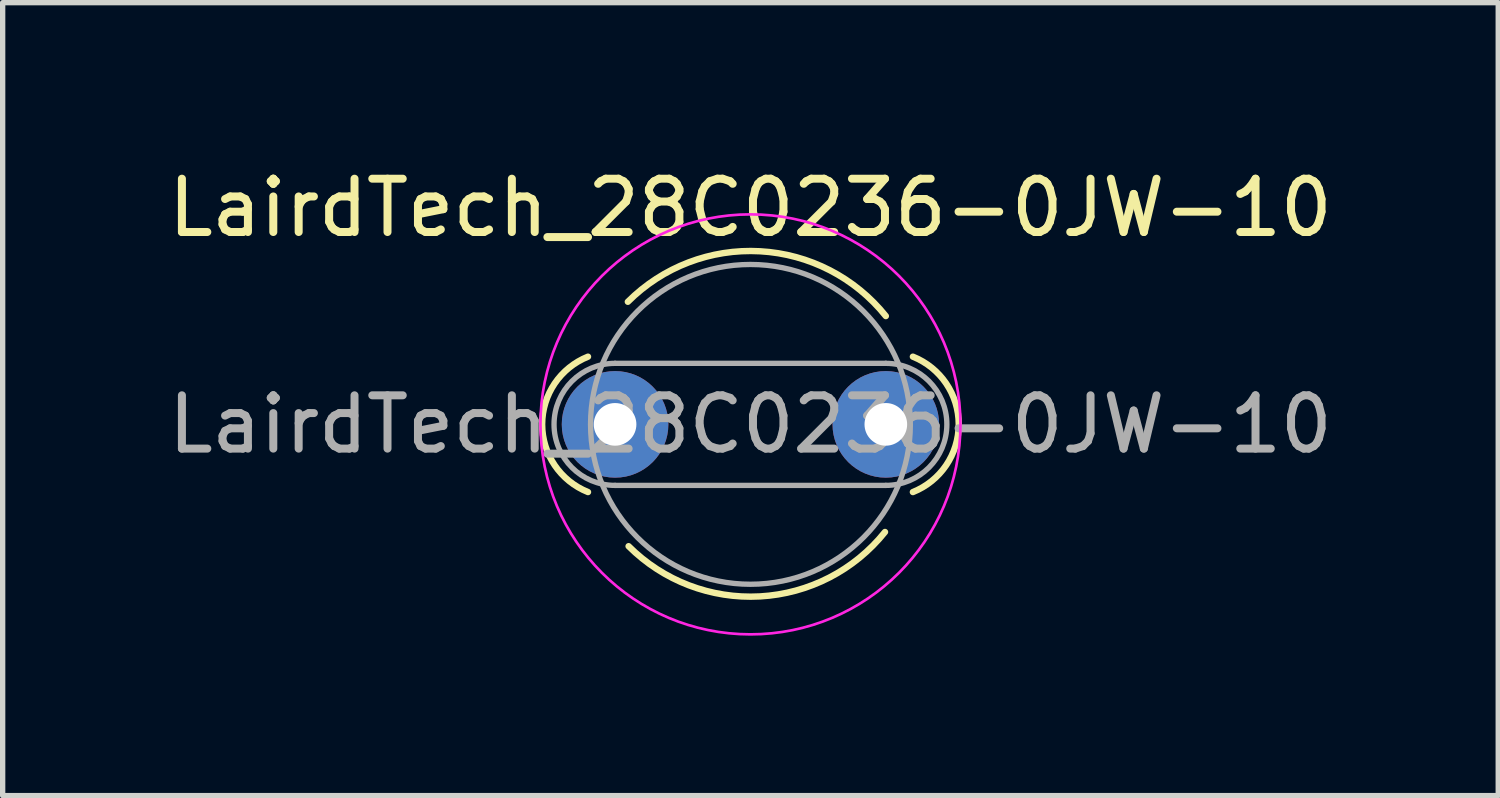
<source format=kicad_pcb>
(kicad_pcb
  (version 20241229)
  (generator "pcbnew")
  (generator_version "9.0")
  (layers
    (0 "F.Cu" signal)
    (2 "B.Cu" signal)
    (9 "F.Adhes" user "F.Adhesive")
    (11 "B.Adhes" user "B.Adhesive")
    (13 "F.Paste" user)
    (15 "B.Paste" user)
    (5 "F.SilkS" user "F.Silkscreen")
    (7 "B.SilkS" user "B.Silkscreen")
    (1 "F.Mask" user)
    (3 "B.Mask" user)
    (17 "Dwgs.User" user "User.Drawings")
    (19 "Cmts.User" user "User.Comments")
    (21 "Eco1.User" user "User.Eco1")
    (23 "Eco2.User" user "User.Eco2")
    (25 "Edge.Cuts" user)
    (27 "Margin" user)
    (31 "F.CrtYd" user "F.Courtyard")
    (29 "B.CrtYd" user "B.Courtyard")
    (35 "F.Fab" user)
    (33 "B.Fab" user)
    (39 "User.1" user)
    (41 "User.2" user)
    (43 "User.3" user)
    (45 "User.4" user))
  (footprint "LairdTech_28C0236-0JW-10"
    (layer "F.Cu")
    (at 8.49 4.912)
    (property "Reference" "LairdTech_28C0236-0JW-10" (at 2.54 -4.064 0) (layer "F.SilkS") (effects (font (size 1 1) (thickness 0.15))))
    (attr through_hole)
    (fp_arc (start -0.508 1.27) (mid -1.367832 0) (end -0.508 -1.27) (stroke (width 0.12) (type solid)) (layer "F.SilkS"))
    (fp_arc (start 0.239932 -2.300068) (mid 2.71988 -3.24781) (end 5.08 -2.032) (stroke (width 0.12) (type solid)) (layer "F.SilkS"))
    (fp_arc (start 5.064465 2.019572) (mid 2.71878 3.227946) (end 0.254 2.286) (stroke (width 0.12) (type solid)) (layer "F.SilkS"))
    (fp_arc (start 5.588 -1.27) (mid 6.447832 0) (end 5.588 1.27) (stroke (width 0.12) (type solid)) (layer "F.SilkS"))
    (fp_circle (center 2.54 0) (end 6.48 0) (stroke (width 0.05) (type solid)) (fill no) (layer "F.CrtYd"))
    (fp_line (start 0 -1.145) (end 5.08 -1.145) (stroke (width 0.1) (type solid)) (layer "F.Fab"))
    (fp_line (start 0 1.145) (end 5.08 1.145) (stroke (width 0.1) (type solid)) (layer "F.Fab"))
    (fp_arc (start 0 1.145) (mid -1.145 0) (end 0 -1.145) (stroke (width 0.1) (type solid)) (layer "F.Fab"))
    (fp_arc (start 5.08 -1.145) (mid 6.225 0) (end 5.08 1.145) (stroke (width 0.1) (type solid)) (layer "F.Fab"))
    (fp_circle (center 2.54 0) (end 5.54 0) (stroke (width 0.1) (type solid)) (fill no) (layer "F.Fab"))
    (fp_text user "${REFERENCE}" (at 2.54 0 0) (layer "F.Fab") (effects (font (size 1 1) (thickness 0.15))))
    (pad "1" thru_hole circle (at 0 0) (size 2 2) (drill 0.8) (layers "*.Cu" "*.Mask"))
    (pad "2" thru_hole circle (at 5.08 0) (size 2 2) (drill 0.8) (layers "*.Cu" "*.Mask")))
  (gr_rect
    (start -3 -3)
    (end 25.06 11.877)
    (stroke (width 0.1) (type default))
    (fill no)
    (layer "Edge.Cuts")))
</source>
